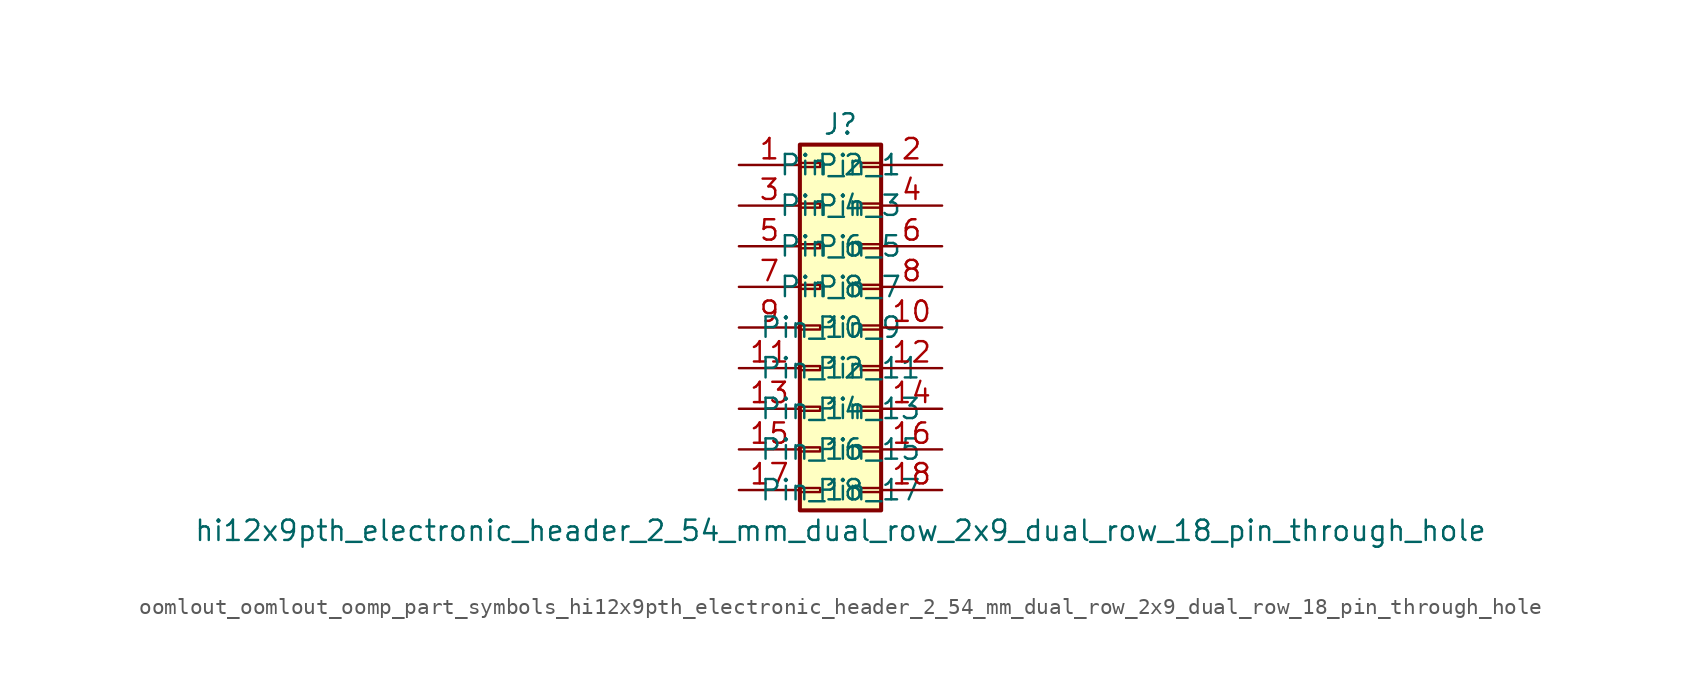
<source format=kicad_sym>
(kicad_symbol_lib
  (version 20220914)
  (generator kicad_symbol_editor)
  (symbol "oomlout_oomlout_oomp_part_symbols_hi12x9pth_electronic_header_2_54_mm_dual_row_2x9_dual_row_18_pin_through_hole"
    (pin_names
      (offset 1.016))
    (property "Reference" "J"
      (at 1.27 12.7 0)
      (effects (font (size 1.27 1.27))))
    (property "Value" "hi12x9pth_electronic_header_2_54_mm_dual_row_2x9_dual_row_18_pin_through_hole"
      (at 1.27 -12.7 0)
      (effects (font (size 1.27 1.27))))
    (symbol "oomlout_oomlout_oomp_part_symbols_hi12x9pth_electronic_header_2_54_mm_dual_row_2x9_dual_row_18_pin_through_hole_1_1"
      (rectangle (start -1.27 -10.033) (end 0 -10.287) (stroke (width 0.152) (type default)) (fill (type none)))
      (rectangle (start -1.27 -7.493) (end 0 -7.747) (stroke (width 0.152) (type default)) (fill (type none)))
      (rectangle (start -1.27 -4.953) (end 0 -5.207) (stroke (width 0.152) (type default)) (fill (type none)))
      (rectangle (start -1.27 -2.413) (end 0 -2.667) (stroke (width 0.152) (type default)) (fill (type none)))
      (rectangle (start -1.27 0.127) (end 0 -0.127) (stroke (width 0.152) (type default)) (fill (type none)))
      (rectangle (start -1.27 2.667) (end 0 2.413) (stroke (width 0.152) (type default)) (fill (type none)))
      (rectangle (start -1.27 5.207) (end 0 4.953) (stroke (width 0.152) (type default)) (fill (type none)))
      (rectangle (start -1.27 7.747) (end 0 7.493) (stroke (width 0.152) (type default)) (fill (type none)))
      (rectangle (start -1.27 10.287) (end 0 10.033) (stroke (width 0.152) (type default)) (fill (type none)))
      (rectangle (start -1.27 11.43) (end 3.81 -11.43) (stroke (width 0.254) (type default)) (fill (type background)))
      (rectangle (start 3.81 -10.033) (end 2.54 -10.287) (stroke (width 0.152) (type default)) (fill (type none)))
      (rectangle (start 3.81 -7.493) (end 2.54 -7.747) (stroke (width 0.152) (type default)) (fill (type none)))
      (rectangle (start 3.81 -4.953) (end 2.54 -5.207) (stroke (width 0.152) (type default)) (fill (type none)))
      (rectangle (start 3.81 -2.413) (end 2.54 -2.667) (stroke (width 0.152) (type default)) (fill (type none)))
      (rectangle (start 3.81 0.127) (end 2.54 -0.127) (stroke (width 0.152) (type default)) (fill (type none)))
      (rectangle (start 3.81 2.667) (end 2.54 2.413) (stroke (width 0.152) (type default)) (fill (type none)))
      (rectangle (start 3.81 5.207) (end 2.54 4.953) (stroke (width 0.152) (type default)) (fill (type none)))
      (rectangle (start 3.81 7.747) (end 2.54 7.493) (stroke (width 0.152) (type default)) (fill (type none)))
      (rectangle (start 3.81 10.287) (end 2.54 10.033) (stroke (width 0.152) (type default)) (fill (type none)))
      (pin passive line (at -5.08 10.16 0) (length 3.81) (name "Pin_1" (effects (font (size 1.27 1.27)))) (number "1" (effects (font (size 1.27 1.27)))))
      (pin passive line (at 7.62 0 180) (length 3.81) (name "Pin_10" (effects (font (size 1.27 1.27)))) (number "10" (effects (font (size 1.27 1.27)))))
      (pin passive line (at -5.08 -2.54 0) (length 3.81) (name "Pin_11" (effects (font (size 1.27 1.27)))) (number "11" (effects (font (size 1.27 1.27)))))
      (pin passive line (at 7.62 -2.54 180) (length 3.81) (name "Pin_12" (effects (font (size 1.27 1.27)))) (number "12" (effects (font (size 1.27 1.27)))))
      (pin passive line (at -5.08 -5.08 0) (length 3.81) (name "Pin_13" (effects (font (size 1.27 1.27)))) (number "13" (effects (font (size 1.27 1.27)))))
      (pin passive line (at 7.62 -5.08 180) (length 3.81) (name "Pin_14" (effects (font (size 1.27 1.27)))) (number "14" (effects (font (size 1.27 1.27)))))
      (pin passive line (at -5.08 -7.62 0) (length 3.81) (name "Pin_15" (effects (font (size 1.27 1.27)))) (number "15" (effects (font (size 1.27 1.27)))))
      (pin passive line (at 7.62 -7.62 180) (length 3.81) (name "Pin_16" (effects (font (size 1.27 1.27)))) (number "16" (effects (font (size 1.27 1.27)))))
      (pin passive line (at -5.08 -10.16 0) (length 3.81) (name "Pin_17" (effects (font (size 1.27 1.27)))) (number "17" (effects (font (size 1.27 1.27)))))
      (pin passive line (at 7.62 -10.16 180) (length 3.81) (name "Pin_18" (effects (font (size 1.27 1.27)))) (number "18" (effects (font (size 1.27 1.27)))))
      (pin passive line (at 7.62 10.16 180) (length 3.81) (name "Pin_2" (effects (font (size 1.27 1.27)))) (number "2" (effects (font (size 1.27 1.27)))))
      (pin passive line (at -5.08 7.62 0) (length 3.81) (name "Pin_3" (effects (font (size 1.27 1.27)))) (number "3" (effects (font (size 1.27 1.27)))))
      (pin passive line (at 7.62 7.62 180) (length 3.81) (name "Pin_4" (effects (font (size 1.27 1.27)))) (number "4" (effects (font (size 1.27 1.27)))))
      (pin passive line (at -5.08 5.08 0) (length 3.81) (name "Pin_5" (effects (font (size 1.27 1.27)))) (number "5" (effects (font (size 1.27 1.27)))))
      (pin passive line (at 7.62 5.08 180) (length 3.81) (name "Pin_6" (effects (font (size 1.27 1.27)))) (number "6" (effects (font (size 1.27 1.27)))))
      (pin passive line (at -5.08 2.54 0) (length 3.81) (name "Pin_7" (effects (font (size 1.27 1.27)))) (number "7" (effects (font (size 1.27 1.27)))))
      (pin passive line (at 7.62 2.54 180) (length 3.81) (name "Pin_8" (effects (font (size 1.27 1.27)))) (number "8" (effects (font (size 1.27 1.27)))))
      (pin passive line (at -5.08 0 0) (length 3.81) (name "Pin_9" (effects (font (size 1.27 1.27)))) (number "9" (effects (font (size 1.27 1.27))))))))
</source>
